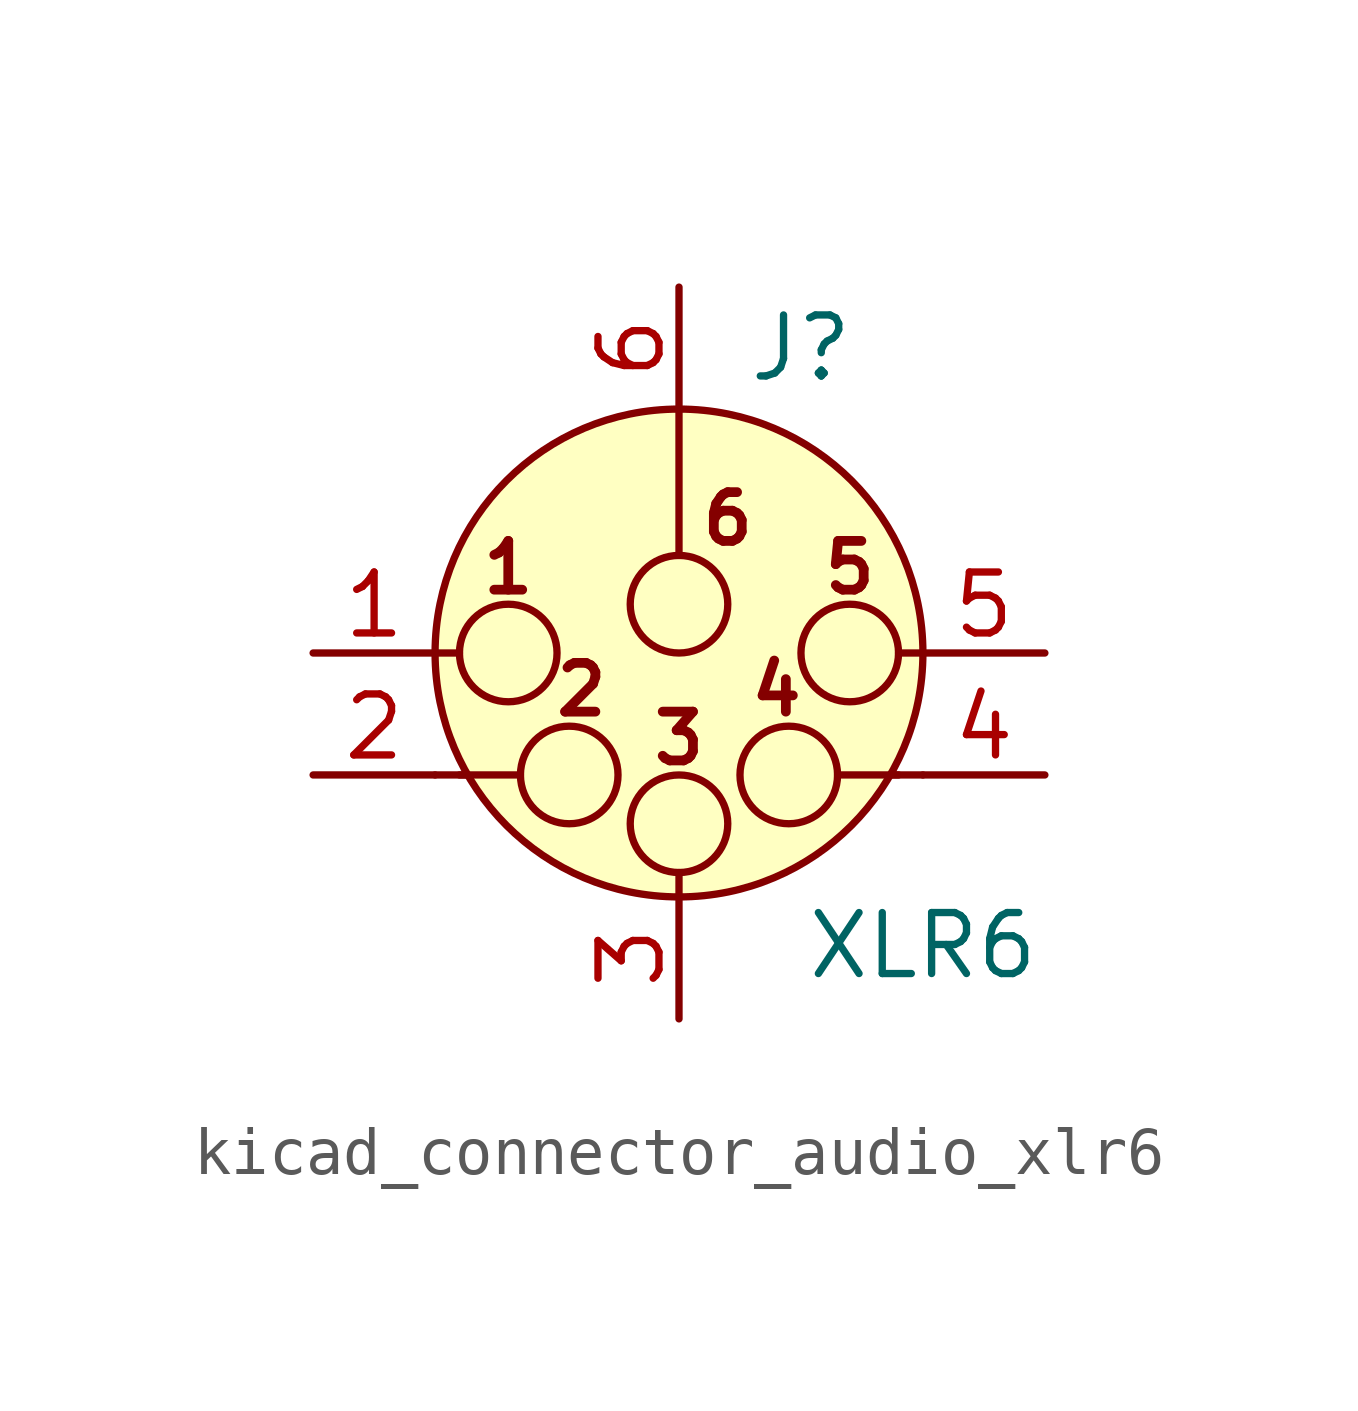
<source format=kicad_sym>
(kicad_symbol_lib
  (version 20220914)
  (generator kicad_symbol_editor)
  (symbol "kicad_connector_audio_xlr6"
    (pin_names hide)
    (property "Reference" "J"
      (at 2.54 6.35 0)
      (effects (font (size 1.27 1.27))))
    (property "Value" "XLR6"
      (at 5.08 -6.096 0)
      (effects (font (size 1.27 1.27))))
    (symbol "kicad_connector_audio_xlr6_0_1"
      (circle (center -3.556 0) (radius 1.016) (stroke (width 0) (type default)) (fill (type none)))
      (circle (center -2.286 -2.54) (radius 1.016) (stroke (width 0) (type default)) (fill (type none)))
      (circle (center 0 -3.556) (radius 1.016) (stroke (width 0) (type default)) (fill (type none)))
      (polyline (pts (xy -5.08 -2.54) (xy -4.445 -2.54)) (stroke (width 0) (type default)) (fill (type none)))
      (polyline (pts (xy -5.08 0) (xy -4.572 0)) (stroke (width 0) (type default)) (fill (type none)))
      (polyline (pts (xy -4.572 -2.54) (xy -3.302 -2.54)) (stroke (width 0) (type default)) (fill (type none)))
      (polyline (pts (xy 0 -5.08) (xy 0 -4.572)) (stroke (width 0) (type default)) (fill (type none)))
      (polyline (pts (xy 0 5.08) (xy 0 2.032)) (stroke (width 0) (type default)) (fill (type none)))
      (polyline (pts (xy 4.572 -2.54) (xy 3.302 -2.54)) (stroke (width 0) (type default)) (fill (type none)))
      (polyline (pts (xy 5.08 -2.54) (xy 4.445 -2.54)) (stroke (width 0) (type default)) (fill (type none)))
      (polyline (pts (xy 5.08 0) (xy 4.572 0)) (stroke (width 0) (type default)) (fill (type none)))
      (circle (center 0 0) (radius 5.08) (stroke (width 0) (type default)) (fill (type background)))
      (circle (center 0 1.016) (radius 1.016) (stroke (width 0) (type default)) (fill (type none)))
      (circle (center 2.286 -2.54) (radius 1.016) (stroke (width 0) (type default)) (fill (type none)))
      (circle (center 3.556 0) (radius 1.016) (stroke (width 0) (type default)) (fill (type none)))
      (text "1" (at -3.556 1.778 0) (effects (font (size 1.016 1.016) bold)))
      (text "2" (at -2.032 -0.762 0) (effects (font (size 1.016 1.016) bold)))
      (text "3" (at 0 -1.778 0) (effects (font (size 1.016 1.016) bold)))
      (text "4" (at 2.032 -0.762 0) (effects (font (size 1.016 1.016) bold)))
      (text "5" (at 3.556 1.778 0) (effects (font (size 1.016 1.016) bold)))
      (text "6" (at 1.016 2.794 0) (effects (font (size 1.016 1.016) bold))))
    (symbol "kicad_connector_audio_xlr6_1_1"
      (pin passive line (at -7.62 0 0) (length 2.54) (name "P1" (effects (font (size 1.27 1.27)))) (number "1" (effects (font (size 1.27 1.27)))))
      (pin passive line (at -7.62 -2.54 0) (length 2.54) (name "P2" (effects (font (size 1.27 1.27)))) (number "2" (effects (font (size 1.27 1.27)))))
      (pin passive line (at 0 -7.62 90) (length 2.54) (name "P3" (effects (font (size 1.27 1.27)))) (number "3" (effects (font (size 1.27 1.27)))))
      (pin passive line (at 7.62 -2.54 180) (length 2.54) (name "P3" (effects (font (size 1.27 1.27)))) (number "4" (effects (font (size 1.27 1.27)))))
      (pin passive line (at 7.62 0 180) (length 2.54) (name "P5" (effects (font (size 1.27 1.27)))) (number "5" (effects (font (size 1.27 1.27)))))
      (pin passive line (at 0 7.62 270) (length 2.54) (name "P6" (effects (font (size 1.27 1.27)))) (number "6" (effects (font (size 1.27 1.27))))))))
</source>
